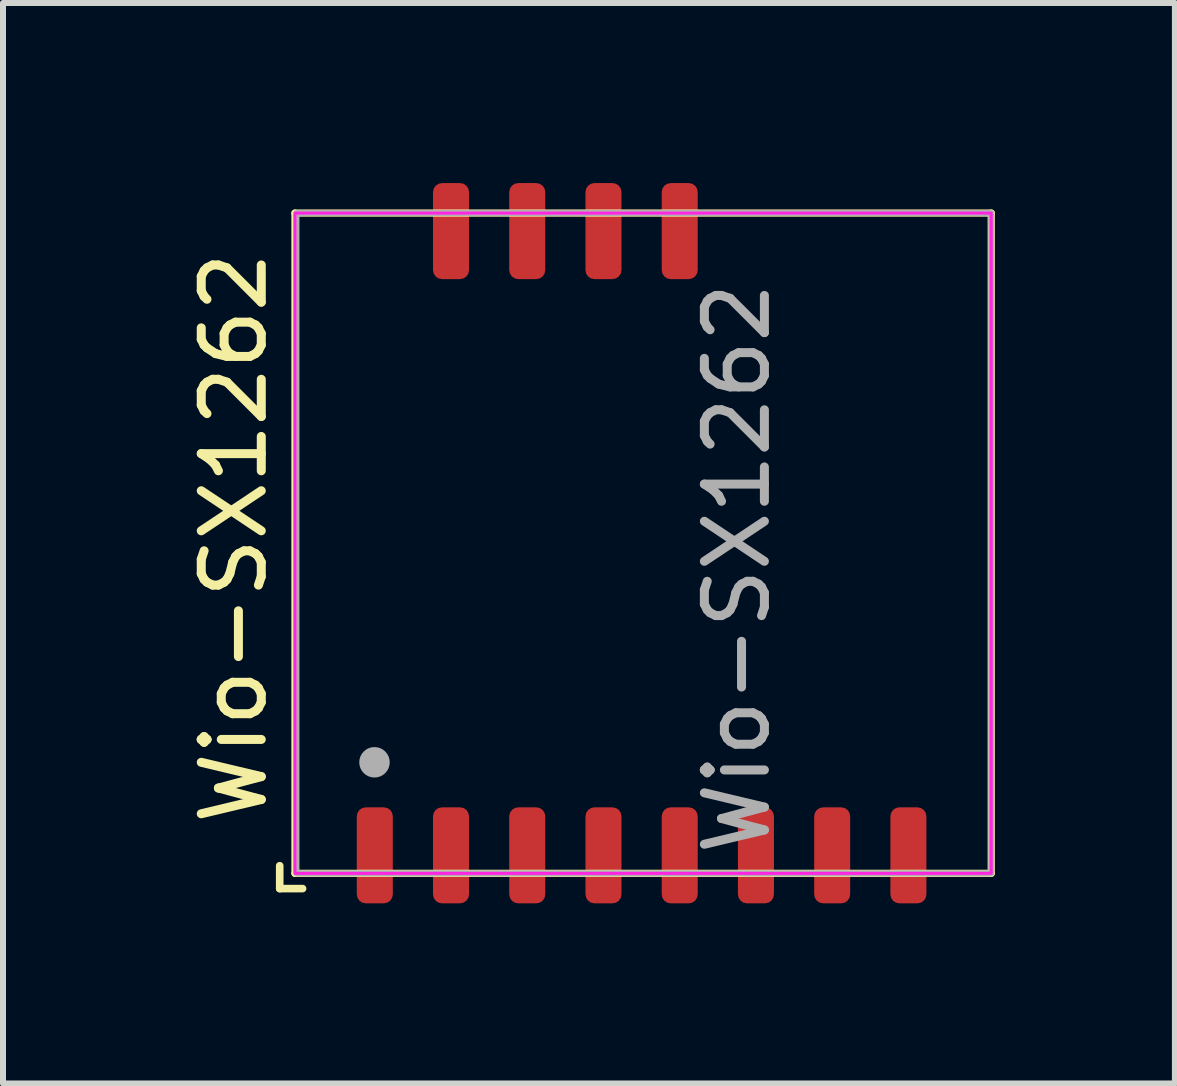
<source format=kicad_pcb>
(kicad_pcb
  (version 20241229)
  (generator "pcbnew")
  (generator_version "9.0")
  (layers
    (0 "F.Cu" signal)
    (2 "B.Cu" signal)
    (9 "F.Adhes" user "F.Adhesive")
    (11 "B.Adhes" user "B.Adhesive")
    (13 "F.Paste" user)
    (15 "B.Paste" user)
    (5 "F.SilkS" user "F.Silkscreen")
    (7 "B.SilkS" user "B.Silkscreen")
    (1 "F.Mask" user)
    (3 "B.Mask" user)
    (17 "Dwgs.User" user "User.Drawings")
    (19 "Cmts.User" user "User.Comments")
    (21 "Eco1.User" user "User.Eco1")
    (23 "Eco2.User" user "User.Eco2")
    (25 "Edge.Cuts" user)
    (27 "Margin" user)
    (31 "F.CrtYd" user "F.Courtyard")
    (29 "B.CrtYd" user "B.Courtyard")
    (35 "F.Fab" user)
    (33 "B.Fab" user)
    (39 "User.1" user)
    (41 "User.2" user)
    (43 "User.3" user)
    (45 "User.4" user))
  (footprint "Wio-SX1262"
    (layer "F.Cu")
    (at 1.864 11.5)
    (property "Reference" "Wio-SX1262" (at -1.016 -5.588 90) (unlocked yes) (layer "F.SilkS") (effects (font (size 1 1) (thickness 0.15))))
    (attr smd)
    (fp_line (start -0.254 0.254) (end -0.254 -0.127) (stroke (width 0.127) (type default)) (layer "F.SilkS"))
    (fp_line (start 0 -11) (end 11.6 -11) (stroke (width 0.12) (type default)) (layer "F.SilkS"))
    (fp_line (start 0 0) (end 0 -11) (stroke (width 0.12) (type default)) (layer "F.SilkS"))
    (fp_line (start 0.127 0.254) (end -0.254 0.254) (stroke (width 0.127) (type default)) (layer "F.SilkS"))
    (fp_line (start 11.6 -11) (end 11.6 0) (stroke (width 0.12) (type default)) (layer "F.SilkS"))
    (fp_line (start 11.6 0) (end 0 0) (stroke (width 0.12) (type default)) (layer "F.SilkS"))
    (fp_rect (start 0 -11) (end 11.6 0) (stroke (width 0.05) (type default)) (fill no) (layer "F.CrtYd"))
    (fp_rect (start 0.025 -11) (end 11.6 0) (stroke (width 0.1) (type default)) (fill no) (layer "F.Fab"))
    (fp_circle (center 1.325 -1.85) (end 1.452 -1.85) (stroke (width 0.254) (type default)) (fill no) (layer "F.Fab"))
    (fp_text user "${REFERENCE}" (at 7.366 -5.08 90) (unlocked yes) (layer "F.Fab") (effects (font (size 1 1) (thickness 0.15))))
    (pad "1" smd roundrect (at 1.33 -0.3 90) (size 1.6 0.6) (layers "F.Cu" "F.Mask" "F.Paste") (roundrect_rratio 0.25))
    (pad "2" smd roundrect (at 2.6 -0.3 90) (size 1.6 0.6) (layers "F.Cu" "F.Mask" "F.Paste") (roundrect_rratio 0.25))
    (pad "3" smd roundrect (at 3.87 -0.3 90) (size 1.6 0.6) (layers "F.Cu" "F.Mask" "F.Paste") (roundrect_rratio 0.25))
    (pad "4" smd roundrect (at 5.14 -0.3 90) (size 1.6 0.6) (layers "F.Cu" "F.Mask" "F.Paste") (roundrect_rratio 0.25))
    (pad "5" smd roundrect (at 6.41 -0.3 90) (size 1.6 0.6) (layers "F.Cu" "F.Mask" "F.Paste") (roundrect_rratio 0.25))
    (pad "6" smd roundrect (at 7.68 -0.3 90) (size 1.6 0.6) (layers "F.Cu" "F.Mask" "F.Paste") (roundrect_rratio 0.25))
    (pad "7" smd roundrect (at 8.95 -0.3 90) (size 1.6 0.6) (layers "F.Cu" "F.Mask" "F.Paste") (roundrect_rratio 0.25))
    (pad "8" smd roundrect (at 10.22 -0.3 90) (size 1.6 0.6) (layers "F.Cu" "F.Mask" "F.Paste") (roundrect_rratio 0.25))
    (pad "9" smd roundrect (at 6.41 -10.7 90) (size 1.6 0.6) (layers "F.Cu" "F.Mask" "F.Paste") (roundrect_rratio 0.25))
    (pad "10" smd roundrect (at 5.14 -10.7 90) (size 1.6 0.6) (layers "F.Cu" "F.Mask" "F.Paste") (roundrect_rratio 0.25))
    (pad "11" smd roundrect (at 3.87 -10.7 90) (size 1.6 0.6) (layers "F.Cu" "F.Mask" "F.Paste") (roundrect_rratio 0.25))
    (pad "12" smd roundrect (at 2.6 -10.7 90) (size 1.6 0.6) (layers "F.Cu" "F.Mask" "F.Paste") (roundrect_rratio 0.25)))
  (gr_rect
    (start -3 -3)
    (end 16.524 15)
    (stroke (width 0.1) (type default))
    (fill no)
    (layer "Edge.Cuts")))
</source>
